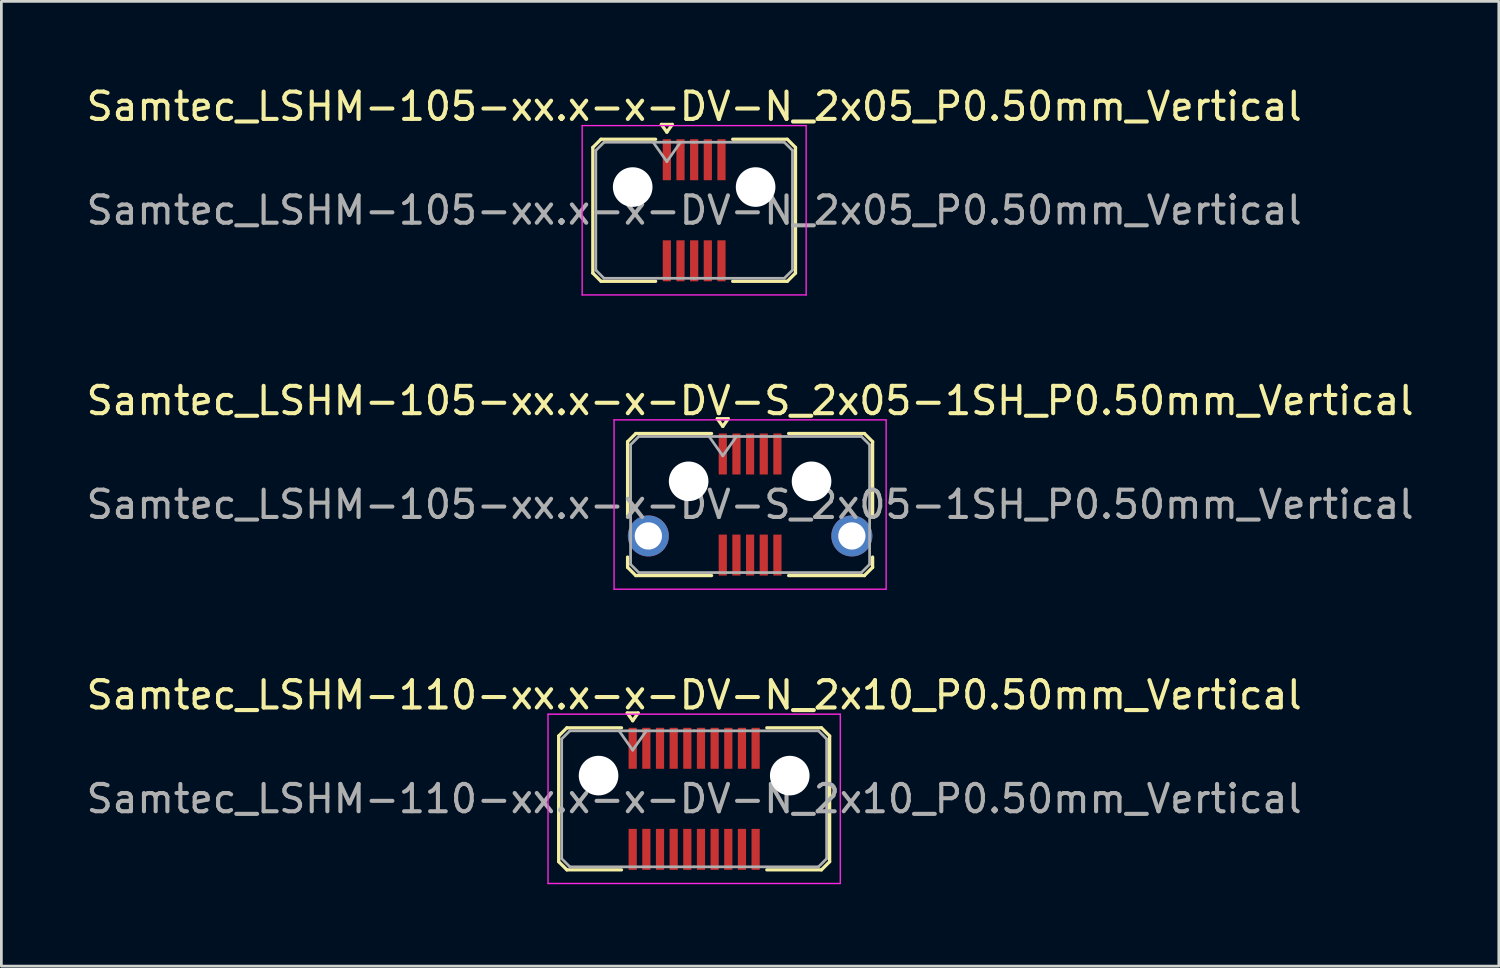
<source format=kicad_pcb>
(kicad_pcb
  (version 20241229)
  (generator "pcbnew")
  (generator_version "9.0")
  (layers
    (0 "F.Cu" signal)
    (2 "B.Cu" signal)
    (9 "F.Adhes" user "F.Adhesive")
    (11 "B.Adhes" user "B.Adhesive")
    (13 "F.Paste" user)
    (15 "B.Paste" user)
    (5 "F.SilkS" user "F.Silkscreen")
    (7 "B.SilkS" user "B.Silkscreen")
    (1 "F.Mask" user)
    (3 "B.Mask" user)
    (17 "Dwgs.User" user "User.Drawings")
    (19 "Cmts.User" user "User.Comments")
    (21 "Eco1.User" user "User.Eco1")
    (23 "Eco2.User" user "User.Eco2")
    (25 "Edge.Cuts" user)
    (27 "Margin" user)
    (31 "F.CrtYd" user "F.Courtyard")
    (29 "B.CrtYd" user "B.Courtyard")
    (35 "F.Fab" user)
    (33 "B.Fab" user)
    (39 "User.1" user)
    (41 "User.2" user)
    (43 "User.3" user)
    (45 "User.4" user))
  (footprint "Samtec_LSHM-105-xx.x-x-DV-N_2x05_P0.50mm_Vertical"
    (layer "F.Cu")
    (at 22.363 4.648)
    (property "Reference" "Samtec_LSHM-105-xx.x-x-DV-N_2x05_P0.50mm_Vertical" (at 0 -3.8 0) (layer "F.SilkS") (effects (font (size 1 1) (thickness 0.15))))
    (attr smd)
    (fp_line (start -3.71 -2.3) (end -3.71 2.3) (stroke (width 0.12) (type solid)) (layer "F.SilkS"))
    (fp_line (start -3.71 2.3) (end -3.41 2.6) (stroke (width 0.12) (type solid)) (layer "F.SilkS"))
    (fp_line (start -3.41 -2.6) (end -3.71 -2.3) (stroke (width 0.12) (type solid)) (layer "F.SilkS"))
    (fp_line (start -3.41 2.6) (end -1.41 2.6) (stroke (width 0.12) (type solid)) (layer "F.SilkS"))
    (fp_line (start -1.41 -2.6) (end -3.41 -2.6) (stroke (width 0.12) (type solid)) (layer "F.SilkS"))
    (fp_line (start -1.2 -3.143) (end -0.8 -3.143) (stroke (width 0.12) (type solid)) (layer "F.SilkS"))
    (fp_line (start -1 -2.86) (end -1.2 -3.143) (stroke (width 0.12) (type solid)) (layer "F.SilkS"))
    (fp_line (start -0.8 -3.143) (end -1 -2.86) (stroke (width 0.12) (type solid)) (layer "F.SilkS"))
    (fp_line (start 1.41 -2.6) (end 3.41 -2.6) (stroke (width 0.12) (type solid)) (layer "F.SilkS"))
    (fp_line (start 3.41 -2.6) (end 3.71 -2.3) (stroke (width 0.12) (type solid)) (layer "F.SilkS"))
    (fp_line (start 3.41 2.6) (end 1.41 2.6) (stroke (width 0.12) (type solid)) (layer "F.SilkS"))
    (fp_line (start 3.71 -2.3) (end 3.71 2.3) (stroke (width 0.12) (type solid)) (layer "F.SilkS"))
    (fp_line (start 3.71 2.3) (end 3.41 2.6) (stroke (width 0.12) (type solid)) (layer "F.SilkS"))
    (fp_line (start -4.1 -3.1) (end -4.1 3.1) (stroke (width 0.05) (type solid)) (layer "F.CrtYd"))
    (fp_line (start -4.1 3.1) (end 4.1 3.1) (stroke (width 0.05) (type solid)) (layer "F.CrtYd"))
    (fp_line (start 4.1 -3.1) (end -4.1 -3.1) (stroke (width 0.05) (type solid)) (layer "F.CrtYd"))
    (fp_line (start 4.1 3.1) (end 4.1 -3.1) (stroke (width 0.05) (type solid)) (layer "F.CrtYd"))
    (fp_line (start -3.6 -2.19) (end -3.6 2.19) (stroke (width 0.1) (type solid)) (layer "F.Fab"))
    (fp_line (start -3.6 2.19) (end -3.3 2.49) (stroke (width 0.1) (type solid)) (layer "F.Fab"))
    (fp_line (start -3.3 -2.49) (end -3.6 -2.19) (stroke (width 0.1) (type solid)) (layer "F.Fab"))
    (fp_line (start -3.3 2.49) (end 0 2.49) (stroke (width 0.1) (type solid)) (layer "F.Fab"))
    (fp_line (start -1.5 -2.49) (end -1 -1.783) (stroke (width 0.1) (type solid)) (layer "F.Fab"))
    (fp_line (start -1 -1.783) (end -0.5 -2.49) (stroke (width 0.1) (type solid)) (layer "F.Fab"))
    (fp_line (start 0 -2.49) (end -3.3 -2.49) (stroke (width 0.1) (type solid)) (layer "F.Fab"))
    (fp_line (start 0 -2.49) (end 3.3 -2.49) (stroke (width 0.1) (type solid)) (layer "F.Fab"))
    (fp_line (start 3.3 -2.49) (end 3.6 -2.19) (stroke (width 0.1) (type solid)) (layer "F.Fab"))
    (fp_line (start 3.3 2.49) (end 0 2.49) (stroke (width 0.1) (type solid)) (layer "F.Fab"))
    (fp_line (start 3.6 -2.19) (end 3.6 2.19) (stroke (width 0.1) (type solid)) (layer "F.Fab"))
    (fp_line (start 3.6 2.19) (end 3.3 2.49) (stroke (width 0.1) (type solid)) (layer "F.Fab"))
    (fp_text user "${REFERENCE}" (at 0 0 0) (layer "F.Fab") (effects (font (size 1 1) (thickness 0.15))))
    (pad "" np_thru_hole circle (at -2.25 -0.85) (size 1.45 1.45) (drill 1.45) (layers "*.Cu" "*.Mask"))
    (pad "" np_thru_hole circle (at 2.25 -0.85) (size 1.45 1.45) (drill 1.45) (layers "*.Cu" "*.Mask"))
    (pad "1" smd rect (at -1 -1.85) (size 0.3 1.5) (layers "F.Cu" "F.Mask" "F.Paste"))
    (pad "2" smd rect (at -1 1.85) (size 0.3 1.5) (layers "F.Cu" "F.Mask" "F.Paste"))
    (pad "3" smd rect (at -0.5 -1.85) (size 0.3 1.5) (layers "F.Cu" "F.Mask" "F.Paste"))
    (pad "4" smd rect (at -0.5 1.85) (size 0.3 1.5) (layers "F.Cu" "F.Mask" "F.Paste"))
    (pad "5" smd rect (at 0 -1.85) (size 0.3 1.5) (layers "F.Cu" "F.Mask" "F.Paste"))
    (pad "6" smd rect (at 0 1.85) (size 0.3 1.5) (layers "F.Cu" "F.Mask" "F.Paste"))
    (pad "7" smd rect (at 0.5 -1.85) (size 0.3 1.5) (layers "F.Cu" "F.Mask" "F.Paste"))
    (pad "8" smd rect (at 0.5 1.85) (size 0.3 1.5) (layers "F.Cu" "F.Mask" "F.Paste"))
    (pad "9" smd rect (at 1 -1.85) (size 0.3 1.5) (layers "F.Cu" "F.Mask" "F.Paste"))
    (pad "10" smd rect (at 1 1.85) (size 0.3 1.5) (layers "F.Cu" "F.Mask" "F.Paste")))
  (footprint "Samtec_LSHM-105-xx.x-x-DV-S_2x05-1SH_P0.50mm_Vertical"
    (layer "F.Cu")
    (at 24.411 15.421)
    (property "Reference" "Samtec_LSHM-105-xx.x-x-DV-S_2x05-1SH_P0.50mm_Vertical" (at 0 -3.8 0) (layer "F.SilkS") (effects (font (size 1 1) (thickness 0.15))))
    (attr smd)
    (fp_line (start -4.485 -2.3) (end -4.485 0.377) (stroke (width 0.12) (type solid)) (layer "F.SilkS"))
    (fp_line (start -4.485 1.923) (end -4.485 2.3) (stroke (width 0.12) (type solid)) (layer "F.SilkS"))
    (fp_line (start -4.485 2.3) (end -4.185 2.6) (stroke (width 0.12) (type solid)) (layer "F.SilkS"))
    (fp_line (start -4.185 -2.6) (end -4.485 -2.3) (stroke (width 0.12) (type solid)) (layer "F.SilkS"))
    (fp_line (start -4.185 2.6) (end -1.41 2.6) (stroke (width 0.12) (type solid)) (layer "F.SilkS"))
    (fp_line (start -1.41 -2.6) (end -4.185 -2.6) (stroke (width 0.12) (type solid)) (layer "F.SilkS"))
    (fp_line (start -1.2 -3.143) (end -0.8 -3.143) (stroke (width 0.12) (type solid)) (layer "F.SilkS"))
    (fp_line (start -1 -2.86) (end -1.2 -3.143) (stroke (width 0.12) (type solid)) (layer "F.SilkS"))
    (fp_line (start -0.8 -3.143) (end -1 -2.86) (stroke (width 0.12) (type solid)) (layer "F.SilkS"))
    (fp_line (start 1.41 -2.6) (end 4.185 -2.6) (stroke (width 0.12) (type solid)) (layer "F.SilkS"))
    (fp_line (start 4.185 -2.6) (end 4.485 -2.3) (stroke (width 0.12) (type solid)) (layer "F.SilkS"))
    (fp_line (start 4.185 2.6) (end 1.41 2.6) (stroke (width 0.12) (type solid)) (layer "F.SilkS"))
    (fp_line (start 4.485 -2.3) (end 4.485 0.377) (stroke (width 0.12) (type solid)) (layer "F.SilkS"))
    (fp_line (start 4.485 1.923) (end 4.485 2.3) (stroke (width 0.12) (type solid)) (layer "F.SilkS"))
    (fp_line (start 4.485 2.3) (end 4.185 2.6) (stroke (width 0.12) (type solid)) (layer "F.SilkS"))
    (fp_line (start -4.98 -3.1) (end -4.98 3.1) (stroke (width 0.05) (type solid)) (layer "F.CrtYd"))
    (fp_line (start -4.98 3.1) (end 4.98 3.1) (stroke (width 0.05) (type solid)) (layer "F.CrtYd"))
    (fp_line (start 4.98 -3.1) (end -4.98 -3.1) (stroke (width 0.05) (type solid)) (layer "F.CrtYd"))
    (fp_line (start 4.98 3.1) (end 4.98 -3.1) (stroke (width 0.05) (type solid)) (layer "F.CrtYd"))
    (fp_line (start -4.375 -2.19) (end -4.375 2.19) (stroke (width 0.1) (type solid)) (layer "F.Fab"))
    (fp_line (start -4.375 2.19) (end -4.075 2.49) (stroke (width 0.1) (type solid)) (layer "F.Fab"))
    (fp_line (start -4.075 -2.49) (end -4.375 -2.19) (stroke (width 0.1) (type solid)) (layer "F.Fab"))
    (fp_line (start -4.075 2.49) (end 0 2.49) (stroke (width 0.1) (type solid)) (layer "F.Fab"))
    (fp_line (start -1.5 -2.49) (end -1 -1.783) (stroke (width 0.1) (type solid)) (layer "F.Fab"))
    (fp_line (start -1 -1.783) (end -0.5 -2.49) (stroke (width 0.1) (type solid)) (layer "F.Fab"))
    (fp_line (start 0 -2.49) (end -4.075 -2.49) (stroke (width 0.1) (type solid)) (layer "F.Fab"))
    (fp_line (start 0 -2.49) (end 4.075 -2.49) (stroke (width 0.1) (type solid)) (layer "F.Fab"))
    (fp_line (start 4.075 -2.49) (end 4.375 -2.19) (stroke (width 0.1) (type solid)) (layer "F.Fab"))
    (fp_line (start 4.075 2.49) (end 0 2.49) (stroke (width 0.1) (type solid)) (layer "F.Fab"))
    (fp_line (start 4.375 -2.19) (end 4.375 2.19) (stroke (width 0.1) (type solid)) (layer "F.Fab"))
    (fp_line (start 4.375 2.19) (end 4.075 2.49) (stroke (width 0.1) (type solid)) (layer "F.Fab"))
    (fp_text user "${REFERENCE}" (at 0 0 0) (layer "F.Fab") (effects (font (size 1 1) (thickness 0.15))))
    (pad "" np_thru_hole circle (at -2.25 -0.85) (size 1.45 1.45) (drill 1.45) (layers "*.Cu" "*.Mask"))
    (pad "" np_thru_hole circle (at 2.25 -0.85) (size 1.45 1.45) (drill 1.45) (layers "*.Cu" "*.Mask"))
    (pad "1" smd rect (at -1 -1.85) (size 0.3 1.5) (layers "F.Cu" "F.Mask" "F.Paste"))
    (pad "2" smd rect (at -1 1.85) (size 0.3 1.5) (layers "F.Cu" "F.Mask" "F.Paste"))
    (pad "3" smd rect (at -0.5 -1.85) (size 0.3 1.5) (layers "F.Cu" "F.Mask" "F.Paste"))
    (pad "4" smd rect (at -0.5 1.85) (size 0.3 1.5) (layers "F.Cu" "F.Mask" "F.Paste"))
    (pad "5" smd rect (at 0 -1.85) (size 0.3 1.5) (layers "F.Cu" "F.Mask" "F.Paste"))
    (pad "6" smd rect (at 0 1.85) (size 0.3 1.5) (layers "F.Cu" "F.Mask" "F.Paste"))
    (pad "7" smd rect (at 0.5 -1.85) (size 0.3 1.5) (layers "F.Cu" "F.Mask" "F.Paste"))
    (pad "8" smd rect (at 0.5 1.85) (size 0.3 1.5) (layers "F.Cu" "F.Mask" "F.Paste"))
    (pad "9" smd rect (at 1 -1.85) (size 0.3 1.5) (layers "F.Cu" "F.Mask" "F.Paste"))
    (pad "10" smd rect (at 1 1.85) (size 0.3 1.5) (layers "F.Cu" "F.Mask" "F.Paste"))
    (pad "SH" thru_hole circle (at -3.725 1.15) (size 1.5 1.5) (drill 1) (layers "*.Cu" "*.Mask"))
    (pad "SH" thru_hole circle (at 3.725 1.15) (size 1.5 1.5) (drill 1) (layers "*.Cu" "*.Mask")))
  (footprint "Samtec_LSHM-110-xx.x-x-DV-N_2x10_P0.50mm_Vertical"
    (layer "F.Cu")
    (at 22.363 26.195)
    (property "Reference" "Samtec_LSHM-110-xx.x-x-DV-N_2x10_P0.50mm_Vertical" (at 0 -3.8 0) (layer "F.SilkS") (effects (font (size 1 1) (thickness 0.15))))
    (attr smd)
    (fp_line (start -4.96 -2.3) (end -4.96 2.3) (stroke (width 0.12) (type solid)) (layer "F.SilkS"))
    (fp_line (start -4.96 2.3) (end -4.66 2.6) (stroke (width 0.12) (type solid)) (layer "F.SilkS"))
    (fp_line (start -4.66 -2.6) (end -4.96 -2.3) (stroke (width 0.12) (type solid)) (layer "F.SilkS"))
    (fp_line (start -4.66 2.6) (end -2.66 2.6) (stroke (width 0.12) (type solid)) (layer "F.SilkS"))
    (fp_line (start -2.66 -2.6) (end -4.66 -2.6) (stroke (width 0.12) (type solid)) (layer "F.SilkS"))
    (fp_line (start -2.45 -3.143) (end -2.05 -3.143) (stroke (width 0.12) (type solid)) (layer "F.SilkS"))
    (fp_line (start -2.25 -2.86) (end -2.45 -3.143) (stroke (width 0.12) (type solid)) (layer "F.SilkS"))
    (fp_line (start -2.05 -3.143) (end -2.25 -2.86) (stroke (width 0.12) (type solid)) (layer "F.SilkS"))
    (fp_line (start 2.66 -2.6) (end 4.66 -2.6) (stroke (width 0.12) (type solid)) (layer "F.SilkS"))
    (fp_line (start 4.66 -2.6) (end 4.96 -2.3) (stroke (width 0.12) (type solid)) (layer "F.SilkS"))
    (fp_line (start 4.66 2.6) (end 2.66 2.6) (stroke (width 0.12) (type solid)) (layer "F.SilkS"))
    (fp_line (start 4.96 -2.3) (end 4.96 2.3) (stroke (width 0.12) (type solid)) (layer "F.SilkS"))
    (fp_line (start 4.96 2.3) (end 4.66 2.6) (stroke (width 0.12) (type solid)) (layer "F.SilkS"))
    (fp_line (start -5.35 -3.1) (end -5.35 3.1) (stroke (width 0.05) (type solid)) (layer "F.CrtYd"))
    (fp_line (start -5.35 3.1) (end 5.35 3.1) (stroke (width 0.05) (type solid)) (layer "F.CrtYd"))
    (fp_line (start 5.35 -3.1) (end -5.35 -3.1) (stroke (width 0.05) (type solid)) (layer "F.CrtYd"))
    (fp_line (start 5.35 3.1) (end 5.35 -3.1) (stroke (width 0.05) (type solid)) (layer "F.CrtYd"))
    (fp_line (start -4.85 -2.19) (end -4.85 2.19) (stroke (width 0.1) (type solid)) (layer "F.Fab"))
    (fp_line (start -4.85 2.19) (end -4.55 2.49) (stroke (width 0.1) (type solid)) (layer "F.Fab"))
    (fp_line (start -4.55 -2.49) (end -4.85 -2.19) (stroke (width 0.1) (type solid)) (layer "F.Fab"))
    (fp_line (start -4.55 2.49) (end 0 2.49) (stroke (width 0.1) (type solid)) (layer "F.Fab"))
    (fp_line (start -2.75 -2.49) (end -2.25 -1.783) (stroke (width 0.1) (type solid)) (layer "F.Fab"))
    (fp_line (start -2.25 -1.783) (end -1.75 -2.49) (stroke (width 0.1) (type solid)) (layer "F.Fab"))
    (fp_line (start 0 -2.49) (end -4.55 -2.49) (stroke (width 0.1) (type solid)) (layer "F.Fab"))
    (fp_line (start 0 -2.49) (end 4.55 -2.49) (stroke (width 0.1) (type solid)) (layer "F.Fab"))
    (fp_line (start 4.55 -2.49) (end 4.85 -2.19) (stroke (width 0.1) (type solid)) (layer "F.Fab"))
    (fp_line (start 4.55 2.49) (end 0 2.49) (stroke (width 0.1) (type solid)) (layer "F.Fab"))
    (fp_line (start 4.85 -2.19) (end 4.85 2.19) (stroke (width 0.1) (type solid)) (layer "F.Fab"))
    (fp_line (start 4.85 2.19) (end 4.55 2.49) (stroke (width 0.1) (type solid)) (layer "F.Fab"))
    (fp_text user "${REFERENCE}" (at 0 0 0) (layer "F.Fab") (effects (font (size 1 1) (thickness 0.15))))
    (pad "" np_thru_hole circle (at -3.5 -0.85) (size 1.45 1.45) (drill 1.45) (layers "*.Cu" "*.Mask"))
    (pad "" np_thru_hole circle (at 3.5 -0.85) (size 1.45 1.45) (drill 1.45) (layers "*.Cu" "*.Mask"))
    (pad "1" smd rect (at -2.25 -1.85) (size 0.3 1.5) (layers "F.Cu" "F.Mask" "F.Paste"))
    (pad "2" smd rect (at -2.25 1.85) (size 0.3 1.5) (layers "F.Cu" "F.Mask" "F.Paste"))
    (pad "3" smd rect (at -1.75 -1.85) (size 0.3 1.5) (layers "F.Cu" "F.Mask" "F.Paste"))
    (pad "4" smd rect (at -1.75 1.85) (size 0.3 1.5) (layers "F.Cu" "F.Mask" "F.Paste"))
    (pad "5" smd rect (at -1.25 -1.85) (size 0.3 1.5) (layers "F.Cu" "F.Mask" "F.Paste"))
    (pad "6" smd rect (at -1.25 1.85) (size 0.3 1.5) (layers "F.Cu" "F.Mask" "F.Paste"))
    (pad "7" smd rect (at -0.75 -1.85) (size 0.3 1.5) (layers "F.Cu" "F.Mask" "F.Paste"))
    (pad "8" smd rect (at -0.75 1.85) (size 0.3 1.5) (layers "F.Cu" "F.Mask" "F.Paste"))
    (pad "9" smd rect (at -0.25 -1.85) (size 0.3 1.5) (layers "F.Cu" "F.Mask" "F.Paste"))
    (pad "10" smd rect (at -0.25 1.85) (size 0.3 1.5) (layers "F.Cu" "F.Mask" "F.Paste"))
    (pad "11" smd rect (at 0.25 -1.85) (size 0.3 1.5) (layers "F.Cu" "F.Mask" "F.Paste"))
    (pad "12" smd rect (at 0.25 1.85) (size 0.3 1.5) (layers "F.Cu" "F.Mask" "F.Paste"))
    (pad "13" smd rect (at 0.75 -1.85) (size 0.3 1.5) (layers "F.Cu" "F.Mask" "F.Paste"))
    (pad "14" smd rect (at 0.75 1.85) (size 0.3 1.5) (layers "F.Cu" "F.Mask" "F.Paste"))
    (pad "15" smd rect (at 1.25 -1.85) (size 0.3 1.5) (layers "F.Cu" "F.Mask" "F.Paste"))
    (pad "16" smd rect (at 1.25 1.85) (size 0.3 1.5) (layers "F.Cu" "F.Mask" "F.Paste"))
    (pad "17" smd rect (at 1.75 -1.85) (size 0.3 1.5) (layers "F.Cu" "F.Mask" "F.Paste"))
    (pad "18" smd rect (at 1.75 1.85) (size 0.3 1.5) (layers "F.Cu" "F.Mask" "F.Paste"))
    (pad "19" smd rect (at 2.25 -1.85) (size 0.3 1.5) (layers "F.Cu" "F.Mask" "F.Paste"))
    (pad "20" smd rect (at 2.25 1.85) (size 0.3 1.5) (layers "F.Cu" "F.Mask" "F.Paste")))
  (gr_rect
    (start -3 -3)
    (end 51.821 32.32)
    (stroke (width 0.1) (type default))
    (fill no)
    (layer "Edge.Cuts")))
</source>
